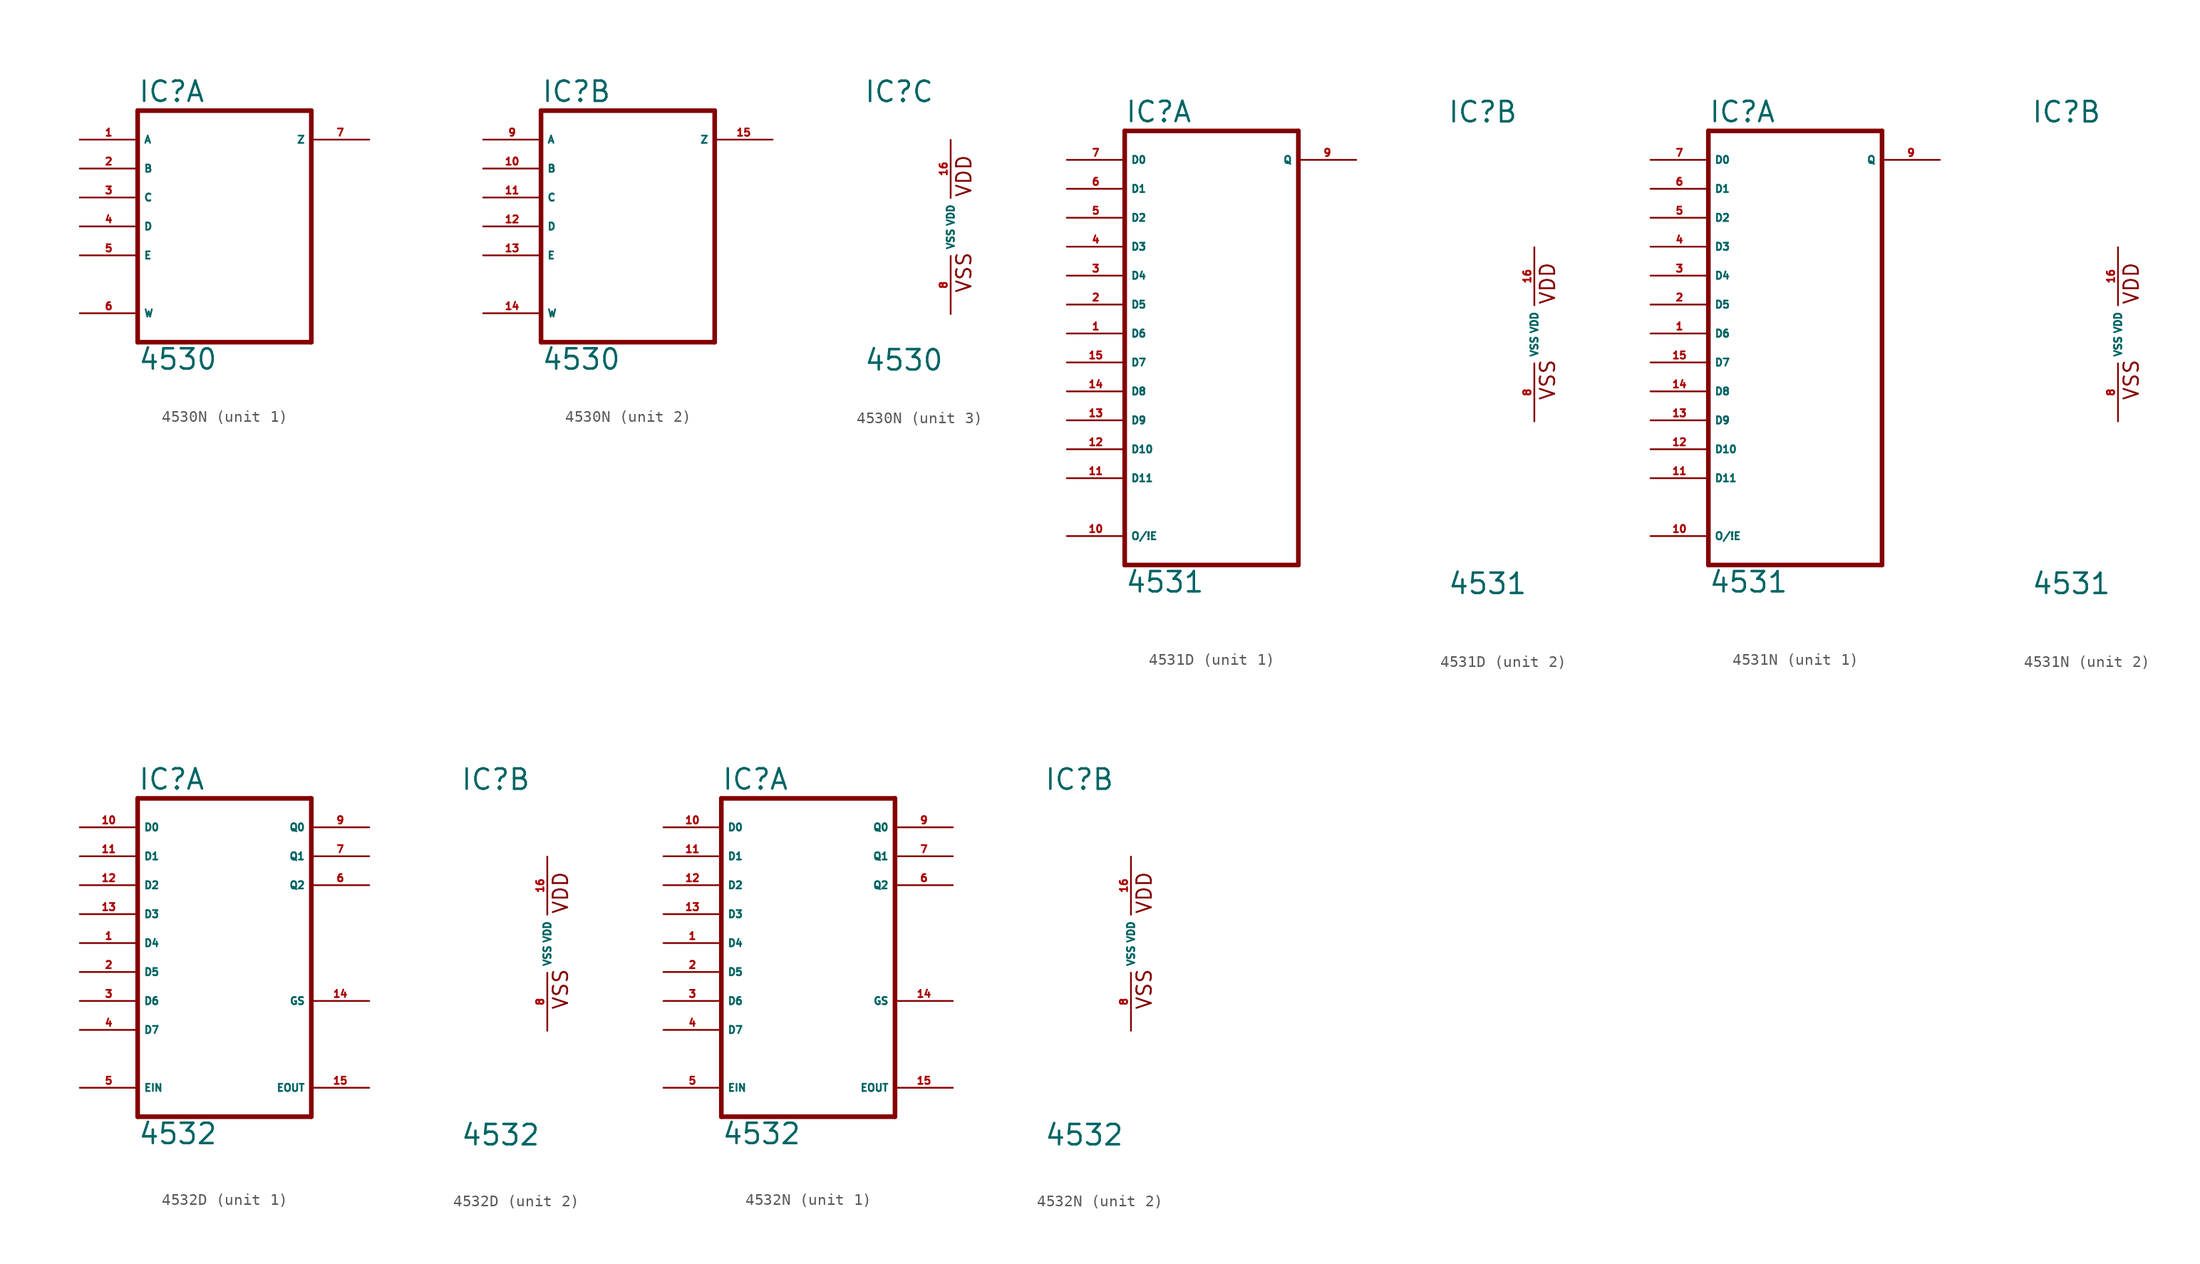
<source format=kicad_sym>
(kicad_symbol_lib
  (version 20220914)
  (generator Eagle2Kicad)
  (symbol "4530N"
    (property "Reference" "IC"
      (at -7.62 10.795 0)
      (effects (font (size 1.778 1.778) (thickness 0.22)) (justify left bottom)))
    (property "Value" "4530"
      (at -7.62 -12.7 0)
      (effects (font (size 1.778 1.778) (thickness 0.22)) (justify left bottom)))
    (symbol "4530N_1_0"
      (polyline (pts (xy -7.62 -10.16) (xy 7.62 -10.16)) (stroke (width 0.406) (type default)) (fill (type none)))
      (polyline (pts (xy 7.62 -10.16) (xy 7.62 10.16)) (stroke (width 0.406) (type default)) (fill (type none)))
      (polyline (pts (xy 7.62 10.16) (xy -7.62 10.16)) (stroke (width 0.406) (type default)) (fill (type none)))
      (polyline (pts (xy -7.62 10.16) (xy -7.62 -10.16)) (stroke (width 0.406) (type default)) (fill (type none)))
      (pin input line (at -12.7 7.62 0) (length 5.08) (name "A" (effects (font (size 0.635 0.635) (thickness 0.08)) (justify left bottom))) (number "1" (effects (font (size 0.635 0.635) (thickness 0.08)) (justify left bottom))))
      (pin input line (at -12.7 5.08 0) (length 5.08) (name "B" (effects (font (size 0.635 0.635) (thickness 0.08)) (justify left bottom))) (number "2" (effects (font (size 0.635 0.635) (thickness 0.08)) (justify left bottom))))
      (pin input line (at -12.7 2.54 0) (length 5.08) (name "C" (effects (font (size 0.635 0.635) (thickness 0.08)) (justify left bottom))) (number "3" (effects (font (size 0.635 0.635) (thickness 0.08)) (justify left bottom))))
      (pin input line (at -12.7 0 0) (length 5.08) (name "D" (effects (font (size 0.635 0.635) (thickness 0.08)) (justify left bottom))) (number "4" (effects (font (size 0.635 0.635) (thickness 0.08)) (justify left bottom))))
      (pin input line (at -12.7 -2.54 0) (length 5.08) (name "E" (effects (font (size 0.635 0.635) (thickness 0.08)) (justify left bottom))) (number "5" (effects (font (size 0.635 0.635) (thickness 0.08)) (justify left bottom))))
      (pin input line (at -12.7 -7.62 0) (length 5.08) (name "W" (effects (font (size 0.635 0.635) (thickness 0.08)) (justify left bottom))) (number "6" (effects (font (size 0.635 0.635) (thickness 0.08)) (justify left bottom))))
      (pin output line (at 12.7 7.62 180) (length 5.08) (name "Z" (effects (font (size 0.635 0.635) (thickness 0.08)) (justify left bottom))) (number "7" (effects (font (size 0.635 0.635) (thickness 0.08)) (justify left bottom)))))
    (symbol "4530N_2_0"
      (polyline (pts (xy -7.62 -10.16) (xy 7.62 -10.16)) (stroke (width 0.406) (type default)) (fill (type none)))
      (polyline (pts (xy 7.62 -10.16) (xy 7.62 10.16)) (stroke (width 0.406) (type default)) (fill (type none)))
      (polyline (pts (xy 7.62 10.16) (xy -7.62 10.16)) (stroke (width 0.406) (type default)) (fill (type none)))
      (polyline (pts (xy -7.62 10.16) (xy -7.62 -10.16)) (stroke (width 0.406) (type default)) (fill (type none)))
      (pin input line (at -12.7 7.62 0) (length 5.08) (name "A" (effects (font (size 0.635 0.635) (thickness 0.08)) (justify left bottom))) (number "9" (effects (font (size 0.635 0.635) (thickness 0.08)) (justify left bottom))))
      (pin input line (at -12.7 5.08 0) (length 5.08) (name "B" (effects (font (size 0.635 0.635) (thickness 0.08)) (justify left bottom))) (number "10" (effects (font (size 0.635 0.635) (thickness 0.08)) (justify left bottom))))
      (pin input line (at -12.7 2.54 0) (length 5.08) (name "C" (effects (font (size 0.635 0.635) (thickness 0.08)) (justify left bottom))) (number "11" (effects (font (size 0.635 0.635) (thickness 0.08)) (justify left bottom))))
      (pin input line (at -12.7 0 0) (length 5.08) (name "D" (effects (font (size 0.635 0.635) (thickness 0.08)) (justify left bottom))) (number "12" (effects (font (size 0.635 0.635) (thickness 0.08)) (justify left bottom))))
      (pin input line (at -12.7 -2.54 0) (length 5.08) (name "E" (effects (font (size 0.635 0.635) (thickness 0.08)) (justify left bottom))) (number "13" (effects (font (size 0.635 0.635) (thickness 0.08)) (justify left bottom))))
      (pin input line (at -12.7 -7.62 0) (length 5.08) (name "W" (effects (font (size 0.635 0.635) (thickness 0.08)) (justify left bottom))) (number "14" (effects (font (size 0.635 0.635) (thickness 0.08)) (justify left bottom))))
      (pin output line (at 12.7 7.62 180) (length 5.08) (name "Z" (effects (font (size 0.635 0.635) (thickness 0.08)) (justify left bottom))) (number "15" (effects (font (size 0.635 0.635) (thickness 0.08)) (justify left bottom)))))
    (symbol "4530N_3_0"
      (text "VDD" (at 1.905 2.54 900) (effects (font (size 1.27 1.27) (thickness 0.16)) (justify left bottom)))
      (text "VSS" (at 1.905 -5.842 900) (effects (font (size 1.27 1.27) (thickness 0.16)) (justify left bottom)))
      (pin unspecified line (at 0 -7.62 90) (length 5.08) (name "VSS" (effects (font (size 0.635 0.635) (thickness 0.08)) (justify left bottom))) (number "8" (effects (font (size 0.635 0.635) (thickness 0.08)) (justify left bottom))))
      (pin unspecified line (at 0 7.62 270) (length 5.08) (name "VDD" (effects (font (size 0.635 0.635) (thickness 0.08)) (justify left bottom))) (number "16" (effects (font (size 0.635 0.635) (thickness 0.08)) (justify left bottom))))))
  (symbol "4531D"
    (property "Reference" "IC"
      (at -7.62 18.415 0)
      (effects (font (size 1.778 1.778) (thickness 0.22)) (justify left bottom)))
    (property "Value" "4531"
      (at -7.62 -22.86 0)
      (effects (font (size 1.778 1.778) (thickness 0.22)) (justify left bottom)))
    (symbol "4531D_1_0"
      (polyline (pts (xy -7.62 -20.32) (xy 7.62 -20.32)) (stroke (width 0.406) (type default)) (fill (type none)))
      (polyline (pts (xy 7.62 -20.32) (xy 7.62 17.78)) (stroke (width 0.406) (type default)) (fill (type none)))
      (polyline (pts (xy 7.62 17.78) (xy -7.62 17.78)) (stroke (width 0.406) (type default)) (fill (type none)))
      (polyline (pts (xy -7.62 17.78) (xy -7.62 -20.32)) (stroke (width 0.406) (type default)) (fill (type none)))
      (pin input line (at -12.7 0 0) (length 5.08) (name "D6" (effects (font (size 0.635 0.635) (thickness 0.08)) (justify left bottom))) (number "1" (effects (font (size 0.635 0.635) (thickness 0.08)) (justify left bottom))))
      (pin input line (at -12.7 2.54 0) (length 5.08) (name "D5" (effects (font (size 0.635 0.635) (thickness 0.08)) (justify left bottom))) (number "2" (effects (font (size 0.635 0.635) (thickness 0.08)) (justify left bottom))))
      (pin input line (at -12.7 5.08 0) (length 5.08) (name "D4" (effects (font (size 0.635 0.635) (thickness 0.08)) (justify left bottom))) (number "3" (effects (font (size 0.635 0.635) (thickness 0.08)) (justify left bottom))))
      (pin input line (at -12.7 7.62 0) (length 5.08) (name "D3" (effects (font (size 0.635 0.635) (thickness 0.08)) (justify left bottom))) (number "4" (effects (font (size 0.635 0.635) (thickness 0.08)) (justify left bottom))))
      (pin input line (at -12.7 10.16 0) (length 5.08) (name "D2" (effects (font (size 0.635 0.635) (thickness 0.08)) (justify left bottom))) (number "5" (effects (font (size 0.635 0.635) (thickness 0.08)) (justify left bottom))))
      (pin input line (at -12.7 12.7 0) (length 5.08) (name "D1" (effects (font (size 0.635 0.635) (thickness 0.08)) (justify left bottom))) (number "6" (effects (font (size 0.635 0.635) (thickness 0.08)) (justify left bottom))))
      (pin input line (at -12.7 15.24 0) (length 5.08) (name "D0" (effects (font (size 0.635 0.635) (thickness 0.08)) (justify left bottom))) (number "7" (effects (font (size 0.635 0.635) (thickness 0.08)) (justify left bottom))))
      (pin output line (at 12.7 15.24 180) (length 5.08) (name "Q" (effects (font (size 0.635 0.635) (thickness 0.08)) (justify left bottom))) (number "9" (effects (font (size 0.635 0.635) (thickness 0.08)) (justify left bottom))))
      (pin input line (at -12.7 -17.78 0) (length 5.08) (name "O/!E" (effects (font (size 0.635 0.635) (thickness 0.08)) (justify left bottom))) (number "10" (effects (font (size 0.635 0.635) (thickness 0.08)) (justify left bottom))))
      (pin input line (at -12.7 -12.7 0) (length 5.08) (name "D11" (effects (font (size 0.635 0.635) (thickness 0.08)) (justify left bottom))) (number "11" (effects (font (size 0.635 0.635) (thickness 0.08)) (justify left bottom))))
      (pin input line (at -12.7 -10.16 0) (length 5.08) (name "D10" (effects (font (size 0.635 0.635) (thickness 0.08)) (justify left bottom))) (number "12" (effects (font (size 0.635 0.635) (thickness 0.08)) (justify left bottom))))
      (pin input line (at -12.7 -7.62 0) (length 5.08) (name "D9" (effects (font (size 0.635 0.635) (thickness 0.08)) (justify left bottom))) (number "13" (effects (font (size 0.635 0.635) (thickness 0.08)) (justify left bottom))))
      (pin input line (at -12.7 -5.08 0) (length 5.08) (name "D8" (effects (font (size 0.635 0.635) (thickness 0.08)) (justify left bottom))) (number "14" (effects (font (size 0.635 0.635) (thickness 0.08)) (justify left bottom))))
      (pin input line (at -12.7 -2.54 0) (length 5.08) (name "D7" (effects (font (size 0.635 0.635) (thickness 0.08)) (justify left bottom))) (number "15" (effects (font (size 0.635 0.635) (thickness 0.08)) (justify left bottom)))))
    (symbol "4531D_2_0"
      (text "VDD" (at 1.905 2.54 900) (effects (font (size 1.27 1.27) (thickness 0.16)) (justify left bottom)))
      (text "VSS" (at 1.905 -5.842 900) (effects (font (size 1.27 1.27) (thickness 0.16)) (justify left bottom)))
      (pin unspecified line (at 0 -7.62 90) (length 5.08) (name "VSS" (effects (font (size 0.635 0.635) (thickness 0.08)) (justify left bottom))) (number "8" (effects (font (size 0.635 0.635) (thickness 0.08)) (justify left bottom))))
      (pin unspecified line (at 0 7.62 270) (length 5.08) (name "VDD" (effects (font (size 0.635 0.635) (thickness 0.08)) (justify left bottom))) (number "16" (effects (font (size 0.635 0.635) (thickness 0.08)) (justify left bottom))))))
  (symbol "4531N"
    (property "Reference" "IC"
      (at -7.62 18.415 0)
      (effects (font (size 1.778 1.778) (thickness 0.22)) (justify left bottom)))
    (property "Value" "4531"
      (at -7.62 -22.86 0)
      (effects (font (size 1.778 1.778) (thickness 0.22)) (justify left bottom)))
    (symbol "4531N_1_0"
      (polyline (pts (xy -7.62 -20.32) (xy 7.62 -20.32)) (stroke (width 0.406) (type default)) (fill (type none)))
      (polyline (pts (xy 7.62 -20.32) (xy 7.62 17.78)) (stroke (width 0.406) (type default)) (fill (type none)))
      (polyline (pts (xy 7.62 17.78) (xy -7.62 17.78)) (stroke (width 0.406) (type default)) (fill (type none)))
      (polyline (pts (xy -7.62 17.78) (xy -7.62 -20.32)) (stroke (width 0.406) (type default)) (fill (type none)))
      (pin input line (at -12.7 0 0) (length 5.08) (name "D6" (effects (font (size 0.635 0.635) (thickness 0.08)) (justify left bottom))) (number "1" (effects (font (size 0.635 0.635) (thickness 0.08)) (justify left bottom))))
      (pin input line (at -12.7 2.54 0) (length 5.08) (name "D5" (effects (font (size 0.635 0.635) (thickness 0.08)) (justify left bottom))) (number "2" (effects (font (size 0.635 0.635) (thickness 0.08)) (justify left bottom))))
      (pin input line (at -12.7 5.08 0) (length 5.08) (name "D4" (effects (font (size 0.635 0.635) (thickness 0.08)) (justify left bottom))) (number "3" (effects (font (size 0.635 0.635) (thickness 0.08)) (justify left bottom))))
      (pin input line (at -12.7 7.62 0) (length 5.08) (name "D3" (effects (font (size 0.635 0.635) (thickness 0.08)) (justify left bottom))) (number "4" (effects (font (size 0.635 0.635) (thickness 0.08)) (justify left bottom))))
      (pin input line (at -12.7 10.16 0) (length 5.08) (name "D2" (effects (font (size 0.635 0.635) (thickness 0.08)) (justify left bottom))) (number "5" (effects (font (size 0.635 0.635) (thickness 0.08)) (justify left bottom))))
      (pin input line (at -12.7 12.7 0) (length 5.08) (name "D1" (effects (font (size 0.635 0.635) (thickness 0.08)) (justify left bottom))) (number "6" (effects (font (size 0.635 0.635) (thickness 0.08)) (justify left bottom))))
      (pin input line (at -12.7 15.24 0) (length 5.08) (name "D0" (effects (font (size 0.635 0.635) (thickness 0.08)) (justify left bottom))) (number "7" (effects (font (size 0.635 0.635) (thickness 0.08)) (justify left bottom))))
      (pin output line (at 12.7 15.24 180) (length 5.08) (name "Q" (effects (font (size 0.635 0.635) (thickness 0.08)) (justify left bottom))) (number "9" (effects (font (size 0.635 0.635) (thickness 0.08)) (justify left bottom))))
      (pin input line (at -12.7 -17.78 0) (length 5.08) (name "O/!E" (effects (font (size 0.635 0.635) (thickness 0.08)) (justify left bottom))) (number "10" (effects (font (size 0.635 0.635) (thickness 0.08)) (justify left bottom))))
      (pin input line (at -12.7 -12.7 0) (length 5.08) (name "D11" (effects (font (size 0.635 0.635) (thickness 0.08)) (justify left bottom))) (number "11" (effects (font (size 0.635 0.635) (thickness 0.08)) (justify left bottom))))
      (pin input line (at -12.7 -10.16 0) (length 5.08) (name "D10" (effects (font (size 0.635 0.635) (thickness 0.08)) (justify left bottom))) (number "12" (effects (font (size 0.635 0.635) (thickness 0.08)) (justify left bottom))))
      (pin input line (at -12.7 -7.62 0) (length 5.08) (name "D9" (effects (font (size 0.635 0.635) (thickness 0.08)) (justify left bottom))) (number "13" (effects (font (size 0.635 0.635) (thickness 0.08)) (justify left bottom))))
      (pin input line (at -12.7 -5.08 0) (length 5.08) (name "D8" (effects (font (size 0.635 0.635) (thickness 0.08)) (justify left bottom))) (number "14" (effects (font (size 0.635 0.635) (thickness 0.08)) (justify left bottom))))
      (pin input line (at -12.7 -2.54 0) (length 5.08) (name "D7" (effects (font (size 0.635 0.635) (thickness 0.08)) (justify left bottom))) (number "15" (effects (font (size 0.635 0.635) (thickness 0.08)) (justify left bottom)))))
    (symbol "4531N_2_0"
      (text "VDD" (at 1.905 2.54 900) (effects (font (size 1.27 1.27) (thickness 0.16)) (justify left bottom)))
      (text "VSS" (at 1.905 -5.842 900) (effects (font (size 1.27 1.27) (thickness 0.16)) (justify left bottom)))
      (pin unspecified line (at 0 -7.62 90) (length 5.08) (name "VSS" (effects (font (size 0.635 0.635) (thickness 0.08)) (justify left bottom))) (number "8" (effects (font (size 0.635 0.635) (thickness 0.08)) (justify left bottom))))
      (pin unspecified line (at 0 7.62 270) (length 5.08) (name "VDD" (effects (font (size 0.635 0.635) (thickness 0.08)) (justify left bottom))) (number "16" (effects (font (size 0.635 0.635) (thickness 0.08)) (justify left bottom))))))
  (symbol "4532D"
    (property "Reference" "IC"
      (at -7.62 13.335 0)
      (effects (font (size 1.778 1.778) (thickness 0.22)) (justify left bottom)))
    (property "Value" "4532"
      (at -7.62 -17.78 0)
      (effects (font (size 1.778 1.778) (thickness 0.22)) (justify left bottom)))
    (symbol "4532D_1_0"
      (polyline (pts (xy -7.62 -15.24) (xy 7.62 -15.24)) (stroke (width 0.406) (type default)) (fill (type none)))
      (polyline (pts (xy 7.62 -15.24) (xy 7.62 12.7)) (stroke (width 0.406) (type default)) (fill (type none)))
      (polyline (pts (xy 7.62 12.7) (xy -7.62 12.7)) (stroke (width 0.406) (type default)) (fill (type none)))
      (polyline (pts (xy -7.62 12.7) (xy -7.62 -15.24)) (stroke (width 0.406) (type default)) (fill (type none)))
      (pin input line (at -12.7 0 0) (length 5.08) (name "D4" (effects (font (size 0.635 0.635) (thickness 0.08)) (justify left bottom))) (number "1" (effects (font (size 0.635 0.635) (thickness 0.08)) (justify left bottom))))
      (pin input line (at -12.7 -2.54 0) (length 5.08) (name "D5" (effects (font (size 0.635 0.635) (thickness 0.08)) (justify left bottom))) (number "2" (effects (font (size 0.635 0.635) (thickness 0.08)) (justify left bottom))))
      (pin input line (at -12.7 -5.08 0) (length 5.08) (name "D6" (effects (font (size 0.635 0.635) (thickness 0.08)) (justify left bottom))) (number "3" (effects (font (size 0.635 0.635) (thickness 0.08)) (justify left bottom))))
      (pin input line (at -12.7 -7.62 0) (length 5.08) (name "D7" (effects (font (size 0.635 0.635) (thickness 0.08)) (justify left bottom))) (number "4" (effects (font (size 0.635 0.635) (thickness 0.08)) (justify left bottom))))
      (pin input line (at -12.7 -12.7 0) (length 5.08) (name "EIN" (effects (font (size 0.635 0.635) (thickness 0.08)) (justify left bottom))) (number "5" (effects (font (size 0.635 0.635) (thickness 0.08)) (justify left bottom))))
      (pin output line (at 12.7 5.08 180) (length 5.08) (name "Q2" (effects (font (size 0.635 0.635) (thickness 0.08)) (justify left bottom))) (number "6" (effects (font (size 0.635 0.635) (thickness 0.08)) (justify left bottom))))
      (pin output line (at 12.7 7.62 180) (length 5.08) (name "Q1" (effects (font (size 0.635 0.635) (thickness 0.08)) (justify left bottom))) (number "7" (effects (font (size 0.635 0.635) (thickness 0.08)) (justify left bottom))))
      (pin output line (at 12.7 10.16 180) (length 5.08) (name "Q0" (effects (font (size 0.635 0.635) (thickness 0.08)) (justify left bottom))) (number "9" (effects (font (size 0.635 0.635) (thickness 0.08)) (justify left bottom))))
      (pin input line (at -12.7 10.16 0) (length 5.08) (name "D0" (effects (font (size 0.635 0.635) (thickness 0.08)) (justify left bottom))) (number "10" (effects (font (size 0.635 0.635) (thickness 0.08)) (justify left bottom))))
      (pin input line (at -12.7 7.62 0) (length 5.08) (name "D1" (effects (font (size 0.635 0.635) (thickness 0.08)) (justify left bottom))) (number "11" (effects (font (size 0.635 0.635) (thickness 0.08)) (justify left bottom))))
      (pin input line (at -12.7 5.08 0) (length 5.08) (name "D2" (effects (font (size 0.635 0.635) (thickness 0.08)) (justify left bottom))) (number "12" (effects (font (size 0.635 0.635) (thickness 0.08)) (justify left bottom))))
      (pin input line (at -12.7 2.54 0) (length 5.08) (name "D3" (effects (font (size 0.635 0.635) (thickness 0.08)) (justify left bottom))) (number "13" (effects (font (size 0.635 0.635) (thickness 0.08)) (justify left bottom))))
      (pin output line (at 12.7 -5.08 180) (length 5.08) (name "GS" (effects (font (size 0.635 0.635) (thickness 0.08)) (justify left bottom))) (number "14" (effects (font (size 0.635 0.635) (thickness 0.08)) (justify left bottom))))
      (pin output line (at 12.7 -12.7 180) (length 5.08) (name "EOUT" (effects (font (size 0.635 0.635) (thickness 0.08)) (justify left bottom))) (number "15" (effects (font (size 0.635 0.635) (thickness 0.08)) (justify left bottom)))))
    (symbol "4532D_2_0"
      (text "VDD" (at 1.905 2.54 900) (effects (font (size 1.27 1.27) (thickness 0.16)) (justify left bottom)))
      (text "VSS" (at 1.905 -5.842 900) (effects (font (size 1.27 1.27) (thickness 0.16)) (justify left bottom)))
      (pin unspecified line (at 0 -7.62 90) (length 5.08) (name "VSS" (effects (font (size 0.635 0.635) (thickness 0.08)) (justify left bottom))) (number "8" (effects (font (size 0.635 0.635) (thickness 0.08)) (justify left bottom))))
      (pin unspecified line (at 0 7.62 270) (length 5.08) (name "VDD" (effects (font (size 0.635 0.635) (thickness 0.08)) (justify left bottom))) (number "16" (effects (font (size 0.635 0.635) (thickness 0.08)) (justify left bottom))))))
  (symbol "4532N"
    (property "Reference" "IC"
      (at -7.62 13.335 0)
      (effects (font (size 1.778 1.778) (thickness 0.22)) (justify left bottom)))
    (property "Value" "4532"
      (at -7.62 -17.78 0)
      (effects (font (size 1.778 1.778) (thickness 0.22)) (justify left bottom)))
    (symbol "4532N_1_0"
      (polyline (pts (xy -7.62 -15.24) (xy 7.62 -15.24)) (stroke (width 0.406) (type default)) (fill (type none)))
      (polyline (pts (xy 7.62 -15.24) (xy 7.62 12.7)) (stroke (width 0.406) (type default)) (fill (type none)))
      (polyline (pts (xy 7.62 12.7) (xy -7.62 12.7)) (stroke (width 0.406) (type default)) (fill (type none)))
      (polyline (pts (xy -7.62 12.7) (xy -7.62 -15.24)) (stroke (width 0.406) (type default)) (fill (type none)))
      (pin input line (at -12.7 0 0) (length 5.08) (name "D4" (effects (font (size 0.635 0.635) (thickness 0.08)) (justify left bottom))) (number "1" (effects (font (size 0.635 0.635) (thickness 0.08)) (justify left bottom))))
      (pin input line (at -12.7 -2.54 0) (length 5.08) (name "D5" (effects (font (size 0.635 0.635) (thickness 0.08)) (justify left bottom))) (number "2" (effects (font (size 0.635 0.635) (thickness 0.08)) (justify left bottom))))
      (pin input line (at -12.7 -5.08 0) (length 5.08) (name "D6" (effects (font (size 0.635 0.635) (thickness 0.08)) (justify left bottom))) (number "3" (effects (font (size 0.635 0.635) (thickness 0.08)) (justify left bottom))))
      (pin input line (at -12.7 -7.62 0) (length 5.08) (name "D7" (effects (font (size 0.635 0.635) (thickness 0.08)) (justify left bottom))) (number "4" (effects (font (size 0.635 0.635) (thickness 0.08)) (justify left bottom))))
      (pin input line (at -12.7 -12.7 0) (length 5.08) (name "EIN" (effects (font (size 0.635 0.635) (thickness 0.08)) (justify left bottom))) (number "5" (effects (font (size 0.635 0.635) (thickness 0.08)) (justify left bottom))))
      (pin output line (at 12.7 5.08 180) (length 5.08) (name "Q2" (effects (font (size 0.635 0.635) (thickness 0.08)) (justify left bottom))) (number "6" (effects (font (size 0.635 0.635) (thickness 0.08)) (justify left bottom))))
      (pin output line (at 12.7 7.62 180) (length 5.08) (name "Q1" (effects (font (size 0.635 0.635) (thickness 0.08)) (justify left bottom))) (number "7" (effects (font (size 0.635 0.635) (thickness 0.08)) (justify left bottom))))
      (pin output line (at 12.7 10.16 180) (length 5.08) (name "Q0" (effects (font (size 0.635 0.635) (thickness 0.08)) (justify left bottom))) (number "9" (effects (font (size 0.635 0.635) (thickness 0.08)) (justify left bottom))))
      (pin input line (at -12.7 10.16 0) (length 5.08) (name "D0" (effects (font (size 0.635 0.635) (thickness 0.08)) (justify left bottom))) (number "10" (effects (font (size 0.635 0.635) (thickness 0.08)) (justify left bottom))))
      (pin input line (at -12.7 7.62 0) (length 5.08) (name "D1" (effects (font (size 0.635 0.635) (thickness 0.08)) (justify left bottom))) (number "11" (effects (font (size 0.635 0.635) (thickness 0.08)) (justify left bottom))))
      (pin input line (at -12.7 5.08 0) (length 5.08) (name "D2" (effects (font (size 0.635 0.635) (thickness 0.08)) (justify left bottom))) (number "12" (effects (font (size 0.635 0.635) (thickness 0.08)) (justify left bottom))))
      (pin input line (at -12.7 2.54 0) (length 5.08) (name "D3" (effects (font (size 0.635 0.635) (thickness 0.08)) (justify left bottom))) (number "13" (effects (font (size 0.635 0.635) (thickness 0.08)) (justify left bottom))))
      (pin output line (at 12.7 -5.08 180) (length 5.08) (name "GS" (effects (font (size 0.635 0.635) (thickness 0.08)) (justify left bottom))) (number "14" (effects (font (size 0.635 0.635) (thickness 0.08)) (justify left bottom))))
      (pin output line (at 12.7 -12.7 180) (length 5.08) (name "EOUT" (effects (font (size 0.635 0.635) (thickness 0.08)) (justify left bottom))) (number "15" (effects (font (size 0.635 0.635) (thickness 0.08)) (justify left bottom)))))
    (symbol "4532N_2_0"
      (text "VDD" (at 1.905 2.54 900) (effects (font (size 1.27 1.27) (thickness 0.16)) (justify left bottom)))
      (text "VSS" (at 1.905 -5.842 900) (effects (font (size 1.27 1.27) (thickness 0.16)) (justify left bottom)))
      (pin unspecified line (at 0 -7.62 90) (length 5.08) (name "VSS" (effects (font (size 0.635 0.635) (thickness 0.08)) (justify left bottom))) (number "8" (effects (font (size 0.635 0.635) (thickness 0.08)) (justify left bottom))))
      (pin unspecified line (at 0 7.62 270) (length 5.08) (name "VDD" (effects (font (size 0.635 0.635) (thickness 0.08)) (justify left bottom))) (number "16" (effects (font (size 0.635 0.635) (thickness 0.08)) (justify left bottom)))))))
</source>
